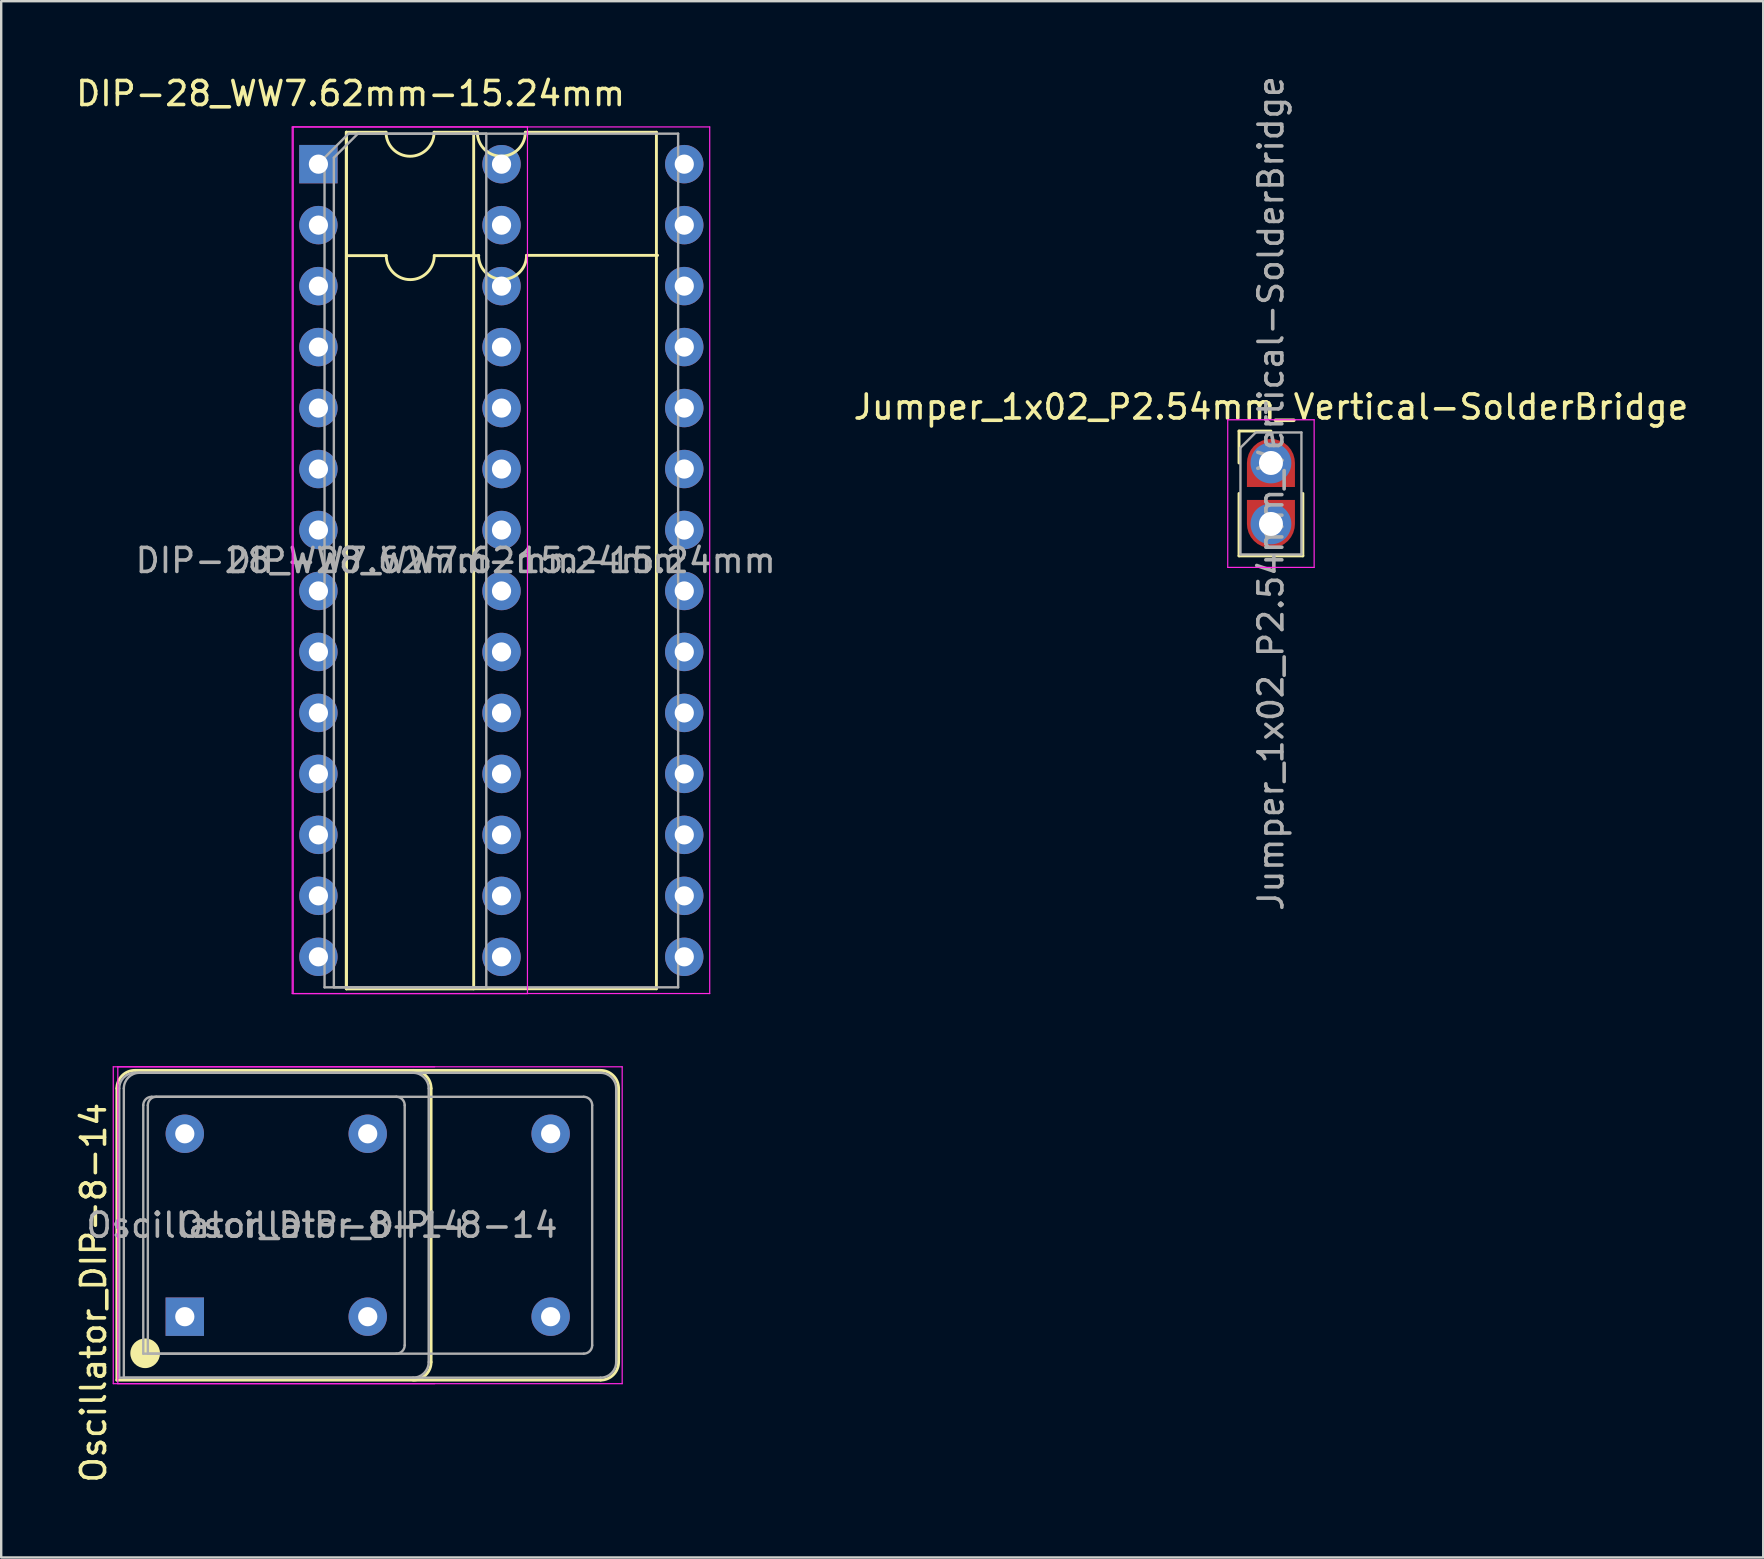
<source format=kicad_pcb>
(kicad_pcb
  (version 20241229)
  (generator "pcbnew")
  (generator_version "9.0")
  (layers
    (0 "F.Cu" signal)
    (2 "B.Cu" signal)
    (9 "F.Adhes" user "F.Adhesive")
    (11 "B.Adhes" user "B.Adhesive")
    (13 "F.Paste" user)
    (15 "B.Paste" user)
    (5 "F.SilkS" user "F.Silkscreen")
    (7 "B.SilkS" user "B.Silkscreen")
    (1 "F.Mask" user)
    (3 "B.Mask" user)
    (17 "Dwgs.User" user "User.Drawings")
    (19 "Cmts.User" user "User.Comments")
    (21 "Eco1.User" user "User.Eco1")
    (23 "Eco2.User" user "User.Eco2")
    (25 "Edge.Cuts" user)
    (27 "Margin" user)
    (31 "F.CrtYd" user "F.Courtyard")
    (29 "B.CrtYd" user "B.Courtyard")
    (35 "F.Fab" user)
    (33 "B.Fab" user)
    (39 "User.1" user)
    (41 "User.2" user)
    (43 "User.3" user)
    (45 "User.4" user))
  (footprint "Oscillator_DIP-8-14"
    (layer "F.Cu")
    (at 4.648 51.799)
    (property "Reference" "Oscillator_DIP-8-14" (at -3.8 -1 90) (layer "F.SilkS") (effects (font (size 1 1) (thickness 0.15))))
    (attr through_hole)
    (fp_line (start -2.83 -9.51) (end -2.83 2.64) (stroke (width 0.12) (type solid)) (layer "F.SilkS"))
    (fp_line (start -2.83 2.64) (end 17.32 2.64) (stroke (width 0.12) (type solid)) (layer "F.SilkS"))
    (fp_line (start 10.26 1.89) (end 10.26 -9.51) (stroke (width 0.12) (type solid)) (layer "F.SilkS"))
    (fp_line (start 17.32 -10.26) (end -2.08 -10.26) (stroke (width 0.12) (type solid)) (layer "F.SilkS"))
    (fp_line (start 18.07 1.89) (end 18.07 -9.51) (stroke (width 0.12) (type solid)) (layer "F.SilkS"))
    (fp_arc (start -2.83 -9.51) (mid -2.61033 -10.04033) (end -2.08 -10.26) (stroke (width 0.12) (type solid)) (layer "F.SilkS"))
    (fp_arc (start 9.51 -10.26) (mid 10.04033 -10.04033) (end 10.26 -9.51) (stroke (width 0.12) (type solid)) (layer "F.SilkS"))
    (fp_arc (start 10.26 1.89) (mid 10.04033 2.42033) (end 9.51 2.64) (stroke (width 0.12) (type solid)) (layer "F.SilkS"))
    (fp_arc (start 17.32 -10.26) (mid 17.85033 -10.04033) (end 18.07 -9.51) (stroke (width 0.12) (type solid)) (layer "F.SilkS"))
    (fp_arc (start 18.07 1.89) (mid 17.85033 2.42033) (end 17.32 2.64) (stroke (width 0.12) (type solid)) (layer "F.SilkS"))
    (fp_circle (center -1.651 1.524) (end -1.083 1.524) (stroke (width 0.1) (type solid)) (fill yes) (layer "F.SilkS"))
    (fp_line (start -2.98 -10.41) (end -2.98 2.79) (stroke (width 0.05) (type solid)) (layer "F.CrtYd"))
    (fp_line (start -2.98 2.79) (end 18.22 2.79) (stroke (width 0.05) (type solid)) (layer "F.CrtYd"))
    (fp_line (start -2.79 -10.41) (end -2.79 2.79) (stroke (width 0.05) (type solid)) (layer "F.CrtYd"))
    (fp_line (start -2.79 2.79) (end 10.41 2.79) (stroke (width 0.05) (type solid)) (layer "F.CrtYd"))
    (fp_line (start 10.41 -10.41) (end -2.79 -10.41) (stroke (width 0.05) (type solid)) (layer "F.CrtYd"))
    (fp_line (start 18.22 -10.41) (end -2.98 -10.41) (stroke (width 0.05) (type solid)) (layer "F.CrtYd"))
    (fp_line (start 18.22 2.79) (end 18.22 -10.41) (stroke (width 0.05) (type solid)) (layer "F.CrtYd"))
    (fp_line (start -2.73 2.54) (end -2.73 -9.51) (stroke (width 0.1) (type solid)) (layer "F.Fab"))
    (fp_line (start -2.73 2.54) (end 17.32 2.54) (stroke (width 0.1) (type solid)) (layer "F.Fab"))
    (fp_line (start -2.54 2.54) (end -2.54 -9.51) (stroke (width 0.1) (type solid)) (layer "F.Fab"))
    (fp_line (start -2.54 2.54) (end 9.51 2.54) (stroke (width 0.1) (type solid)) (layer "F.Fab"))
    (fp_line (start -2.08 -10.16) (end 17.32 -10.16) (stroke (width 0.1) (type solid)) (layer "F.Fab"))
    (fp_line (start -1.89 -10.16) (end 9.51 -10.16) (stroke (width 0.1) (type solid)) (layer "F.Fab"))
    (fp_line (start -1.73 1.54) (end -1.73 -8.81) (stroke (width 0.1) (type solid)) (layer "F.Fab"))
    (fp_line (start -1.73 1.54) (end 16.62 1.54) (stroke (width 0.1) (type solid)) (layer "F.Fab"))
    (fp_line (start -1.54 1.54) (end -1.54 -8.81) (stroke (width 0.1) (type solid)) (layer "F.Fab"))
    (fp_line (start -1.54 1.54) (end 8.81 1.54) (stroke (width 0.1) (type solid)) (layer "F.Fab"))
    (fp_line (start -1.38 -9.16) (end 16.62 -9.16) (stroke (width 0.1) (type solid)) (layer "F.Fab"))
    (fp_line (start -1.19 -9.16) (end 8.81 -9.16) (stroke (width 0.1) (type solid)) (layer "F.Fab"))
    (fp_line (start 9.16 1.19) (end 9.16 -8.81) (stroke (width 0.1) (type solid)) (layer "F.Fab"))
    (fp_line (start 10.16 -9.51) (end 10.16 1.89) (stroke (width 0.1) (type solid)) (layer "F.Fab"))
    (fp_line (start 16.97 1.19) (end 16.97 -8.81) (stroke (width 0.1) (type solid)) (layer "F.Fab"))
    (fp_line (start 17.97 -9.51) (end 17.97 1.89) (stroke (width 0.1) (type solid)) (layer "F.Fab"))
    (fp_arc (start -2.73 -9.51) (mid -2.539619 -9.969619) (end -2.08 -10.16) (stroke (width 0.1) (type solid)) (layer "F.Fab"))
    (fp_arc (start -2.54 -9.51) (mid -2.349619 -9.969619) (end -1.89 -10.16) (stroke (width 0.1) (type solid)) (layer "F.Fab"))
    (fp_arc (start -1.73 -8.81) (mid -1.627487 -9.057487) (end -1.38 -9.16) (stroke (width 0.1) (type solid)) (layer "F.Fab"))
    (fp_arc (start -1.54 -8.81) (mid -1.437487 -9.057487) (end -1.19 -9.16) (stroke (width 0.1) (type solid)) (layer "F.Fab"))
    (fp_arc (start 8.81 -9.16) (mid 9.057487 -9.057487) (end 9.16 -8.81) (stroke (width 0.1) (type solid)) (layer "F.Fab"))
    (fp_arc (start 9.16 1.19) (mid 9.057487 1.437487) (end 8.81 1.54) (stroke (width 0.1) (type solid)) (layer "F.Fab"))
    (fp_arc (start 9.51 -10.16) (mid 9.969619 -9.969619) (end 10.16 -9.51) (stroke (width 0.1) (type solid)) (layer "F.Fab"))
    (fp_arc (start 10.16 1.89) (mid 9.969619 2.349619) (end 9.51 2.54) (stroke (width 0.1) (type solid)) (layer "F.Fab"))
    (fp_arc (start 16.62 -9.16) (mid 16.867487 -9.057487) (end 16.97 -8.81) (stroke (width 0.1) (type solid)) (layer "F.Fab"))
    (fp_arc (start 16.97 1.19) (mid 16.867487 1.437487) (end 16.62 1.54) (stroke (width 0.1) (type solid)) (layer "F.Fab"))
    (fp_arc (start 17.32 -10.16) (mid 17.779619 -9.969619) (end 17.97 -9.51) (stroke (width 0.1) (type solid)) (layer "F.Fab"))
    (fp_arc (start 17.97 1.89) (mid 17.779619 2.349619) (end 17.32 2.54) (stroke (width 0.1) (type solid)) (layer "F.Fab"))
    (fp_text user "${REFERENCE}" (at 7.62 -3.81 0) (layer "F.Fab") (effects (font (size 1 1) (thickness 0.15))))
    (fp_text user "${REFERENCE}" (at 3.81 -3.81 0) (layer "F.Fab") (effects (font (size 1 1) (thickness 0.15))))
    (pad "1" thru_hole rect (at 0 0) (size 1.6 1.6) (drill 0.8) (layers "*.Cu" "*.Mask"))
    (pad "7" thru_hole circle (at 7.62 0) (size 1.6 1.6) (drill 0.8) (layers "*.Cu" "*.Mask"))
    (pad "7" thru_hole circle (at 15.24 0) (size 1.6 1.6) (drill 0.8) (layers "*.Cu" "*.Mask"))
    (pad "8" thru_hole circle (at 7.62 -7.62) (size 1.6 1.6) (drill 0.8) (layers "*.Cu" "*.Mask"))
    (pad "8" thru_hole circle (at 15.24 -7.62) (size 1.6 1.6) (drill 0.8) (layers "*.Cu" "*.Mask"))
    (pad "14" thru_hole circle (at 0 -7.62) (size 1.6 1.6) (drill 0.8) (layers "*.Cu" "*.Mask")))
  (footprint "DIP-28_WW7.62mm-15.24mm"
    (layer "F.Cu")
    (at 10.214 3.788)
    (property "Reference" "DIP-28_WW7.62mm-15.24mm" (at 1.34 -2.94 0) (layer "F.SilkS") (effects (font (size 1 1) (thickness 0.15))))
    (attr through_hole)
    (fp_line (start 1.16 -1.33) (end 1.16 34.35) (stroke (width 0.12) (type solid)) (layer "F.SilkS"))
    (fp_line (start 1.16 34.35) (end 14.08 34.35) (stroke (width 0.12) (type solid)) (layer "F.SilkS"))
    (fp_line (start 1.168 -1.329) (end 1.168 34.351) (stroke (width 0.12) (type solid)) (layer "F.SilkS"))
    (fp_line (start 1.168 34.351) (end 6.468 34.351) (stroke (width 0.12) (type solid)) (layer "F.SilkS"))
    (fp_line (start 2.818 -1.329) (end 1.168 -1.329) (stroke (width 0.12) (type solid)) (layer "F.SilkS"))
    (fp_line (start 2.826 3.81) (end 1.176 3.81) (stroke (width 0.12) (type solid)) (layer "F.SilkS"))
    (fp_line (start 6.468 -1.329) (end 4.818 -1.329) (stroke (width 0.12) (type solid)) (layer "F.SilkS"))
    (fp_line (start 6.468 34.351) (end 6.468 -1.329) (stroke (width 0.12) (type solid)) (layer "F.SilkS"))
    (fp_line (start 6.62 -1.33) (end 6.452 -1.33) (stroke (width 0.12) (type solid)) (layer "F.SilkS"))
    (fp_line (start 6.68 3.81) (end 4.826 3.81) (stroke (width 0.12) (type solid)) (layer "F.SilkS"))
    (fp_line (start 14.08 -1.33) (end 8.62 -1.33) (stroke (width 0.12) (type solid)) (layer "F.SilkS"))
    (fp_line (start 14.08 34.35) (end 14.08 -1.33) (stroke (width 0.12) (type solid)) (layer "F.SilkS"))
    (fp_line (start 14.13 3.8) (end 8.67 3.8) (stroke (width 0.12) (type solid)) (layer "F.SilkS"))
    (fp_arc (start 4.8178 -1.3294) (mid 3.8178 -0.3294) (end 2.8178 -1.3294) (stroke (width 0.12) (type solid)) (layer "F.SilkS"))
    (fp_arc (start 4.826 3.81) (mid 3.826 4.81) (end 2.826 3.81) (stroke (width 0.12) (type solid)) (layer "F.SilkS"))
    (fp_arc (start 8.62 -1.33) (mid 7.62 -0.33) (end 6.62 -1.33) (stroke (width 0.12) (type solid)) (layer "F.SilkS"))
    (fp_arc (start 8.67 3.8) (mid 7.67 4.8) (end 6.67 3.8) (stroke (width 0.12) (type solid)) (layer "F.SilkS"))
    (fp_line (start -1.092 -1.549) (end -1.092 34.551) (stroke (width 0.05) (type solid)) (layer "F.CrtYd"))
    (fp_line (start -1.092 34.551) (end 8.708 34.551) (stroke (width 0.05) (type solid)) (layer "F.CrtYd"))
    (fp_line (start -1.05 -1.55) (end -1.05 34.55) (stroke (width 0.05) (type solid)) (layer "F.CrtYd"))
    (fp_line (start -1.05 34.55) (end 16.3 34.55) (stroke (width 0.05) (type solid)) (layer "F.CrtYd"))
    (fp_line (start 8.708 -1.549) (end -1.092 -1.549) (stroke (width 0.05) (type solid)) (layer "F.CrtYd"))
    (fp_line (start 8.708 34.551) (end 8.708 -1.549) (stroke (width 0.05) (type solid)) (layer "F.CrtYd"))
    (fp_line (start 16.3 -1.55) (end -1.05 -1.55) (stroke (width 0.05) (type solid)) (layer "F.CrtYd"))
    (fp_line (start 16.3 34.55) (end 16.3 -1.55) (stroke (width 0.05) (type solid)) (layer "F.CrtYd"))
    (fp_line (start 0.255 -0.27) (end 1.255 -1.27) (stroke (width 0.1) (type solid)) (layer "F.Fab"))
    (fp_line (start 0.255 34.29) (end 0.255 -0.27) (stroke (width 0.1) (type solid)) (layer "F.Fab"))
    (fp_line (start 0.643 -0.269) (end 1.643 -1.269) (stroke (width 0.1) (type solid)) (layer "F.Fab"))
    (fp_line (start 0.643 34.291) (end 0.643 -0.269) (stroke (width 0.1) (type solid)) (layer "F.Fab"))
    (fp_line (start 1.255 -1.27) (end 14.985 -1.27) (stroke (width 0.1) (type solid)) (layer "F.Fab"))
    (fp_line (start 1.643 -1.269) (end 6.993 -1.269) (stroke (width 0.1) (type solid)) (layer "F.Fab"))
    (fp_line (start 6.993 -1.269) (end 6.993 34.291) (stroke (width 0.1) (type solid)) (layer "F.Fab"))
    (fp_line (start 6.993 34.291) (end 0.643 34.291) (stroke (width 0.1) (type solid)) (layer "F.Fab"))
    (fp_line (start 14.985 -1.27) (end 14.985 34.29) (stroke (width 0.1) (type solid)) (layer "F.Fab"))
    (fp_line (start 14.985 34.29) (end 0.255 34.29) (stroke (width 0.1) (type solid)) (layer "F.Fab"))
    (fp_text user "${REFERENCE}" (at 3.818 16.511 0) (layer "F.Fab") (effects (font (size 1 1) (thickness 0.15))))
    (fp_text user "${REFERENCE}" (at 7.62 16.51 0) (layer "F.Fab") (effects (font (size 1 1) (thickness 0.15))))
    (pad "1" thru_hole rect (at 0 0) (size 1.6 1.6) (drill 0.8) (layers "*.Cu" "*.Mask"))
    (pad "2" thru_hole oval (at 0 2.54) (size 1.6 1.6) (drill 0.8) (layers "*.Cu" "*.Mask"))
    (pad "3" thru_hole oval (at 0 5.08) (size 1.6 1.6) (drill 0.8) (layers "*.Cu" "*.Mask"))
    (pad "4" thru_hole oval (at 0 7.62) (size 1.6 1.6) (drill 0.8) (layers "*.Cu" "*.Mask"))
    (pad "5" thru_hole oval (at 0 10.16) (size 1.6 1.6) (drill 0.8) (layers "*.Cu" "*.Mask"))
    (pad "6" thru_hole oval (at 0 12.7) (size 1.6 1.6) (drill 0.8) (layers "*.Cu" "*.Mask"))
    (pad "7" thru_hole oval (at 0 15.24) (size 1.6 1.6) (drill 0.8) (layers "*.Cu" "*.Mask"))
    (pad "8" thru_hole oval (at 0 17.78) (size 1.6 1.6) (drill 0.8) (layers "*.Cu" "*.Mask"))
    (pad "9" thru_hole oval (at 0 20.32) (size 1.6 1.6) (drill 0.8) (layers "*.Cu" "*.Mask"))
    (pad "10" thru_hole oval (at 0 22.86) (size 1.6 1.6) (drill 0.8) (layers "*.Cu" "*.Mask"))
    (pad "11" thru_hole oval (at 0 25.4) (size 1.6 1.6) (drill 0.8) (layers "*.Cu" "*.Mask"))
    (pad "12" thru_hole oval (at 0 27.94) (size 1.6 1.6) (drill 0.8) (layers "*.Cu" "*.Mask"))
    (pad "13" thru_hole oval (at 0 30.48) (size 1.6 1.6) (drill 0.8) (layers "*.Cu" "*.Mask"))
    (pad "14" thru_hole oval (at 0 33.02) (size 1.6 1.6) (drill 0.8) (layers "*.Cu" "*.Mask"))
    (pad "15" thru_hole oval (at 7.628 33.021) (size 1.6 1.6) (drill 0.8) (layers "*.Cu" "*.Mask"))
    (pad "15" thru_hole oval (at 15.24 33.02) (size 1.6 1.6) (drill 0.8) (layers "*.Cu" "*.Mask"))
    (pad "16" thru_hole oval (at 7.628 30.481) (size 1.6 1.6) (drill 0.8) (layers "*.Cu" "*.Mask"))
    (pad "16" thru_hole oval (at 15.24 30.48) (size 1.6 1.6) (drill 0.8) (layers "*.Cu" "*.Mask"))
    (pad "17" thru_hole oval (at 7.628 27.941) (size 1.6 1.6) (drill 0.8) (layers "*.Cu" "*.Mask"))
    (pad "17" thru_hole oval (at 15.24 27.94) (size 1.6 1.6) (drill 0.8) (layers "*.Cu" "*.Mask"))
    (pad "18" thru_hole oval (at 7.628 25.401) (size 1.6 1.6) (drill 0.8) (layers "*.Cu" "*.Mask"))
    (pad "18" thru_hole oval (at 15.24 25.4) (size 1.6 1.6) (drill 0.8) (layers "*.Cu" "*.Mask"))
    (pad "19" thru_hole oval (at 7.628 22.861) (size 1.6 1.6) (drill 0.8) (layers "*.Cu" "*.Mask"))
    (pad "19" thru_hole oval (at 15.24 22.86) (size 1.6 1.6) (drill 0.8) (layers "*.Cu" "*.Mask"))
    (pad "20" thru_hole oval (at 7.628 20.321) (size 1.6 1.6) (drill 0.8) (layers "*.Cu" "*.Mask"))
    (pad "20" thru_hole oval (at 15.24 20.32) (size 1.6 1.6) (drill 0.8) (layers "*.Cu" "*.Mask"))
    (pad "21" thru_hole oval (at 7.628 17.781) (size 1.6 1.6) (drill 0.8) (layers "*.Cu" "*.Mask"))
    (pad "21" thru_hole oval (at 15.24 17.78) (size 1.6 1.6) (drill 0.8) (layers "*.Cu" "*.Mask"))
    (pad "22" thru_hole oval (at 7.628 15.241) (size 1.6 1.6) (drill 0.8) (layers "*.Cu" "*.Mask"))
    (pad "22" thru_hole oval (at 15.24 15.24) (size 1.6 1.6) (drill 0.8) (layers "*.Cu" "*.Mask"))
    (pad "23" thru_hole oval (at 7.628 12.701) (size 1.6 1.6) (drill 0.8) (layers "*.Cu" "*.Mask"))
    (pad "23" thru_hole oval (at 15.24 12.7) (size 1.6 1.6) (drill 0.8) (layers "*.Cu" "*.Mask"))
    (pad "24" thru_hole oval (at 7.628 10.161) (size 1.6 1.6) (drill 0.8) (layers "*.Cu" "*.Mask"))
    (pad "24" thru_hole oval (at 15.24 10.16) (size 1.6 1.6) (drill 0.8) (layers "*.Cu" "*.Mask"))
    (pad "25" thru_hole oval (at 7.628 7.621) (size 1.6 1.6) (drill 0.8) (layers "*.Cu" "*.Mask"))
    (pad "25" thru_hole oval (at 15.24 7.62) (size 1.6 1.6) (drill 0.8) (layers "*.Cu" "*.Mask"))
    (pad "26" thru_hole oval (at 7.628 5.081) (size 1.6 1.6) (drill 0.8) (layers "*.Cu" "*.Mask"))
    (pad "26" thru_hole oval (at 15.24 5.08) (size 1.6 1.6) (drill 0.8) (layers "*.Cu" "*.Mask"))
    (pad "27" thru_hole oval (at 7.628 2.541) (size 1.6 1.6) (drill 0.8) (layers "*.Cu" "*.Mask"))
    (pad "27" thru_hole oval (at 15.24 2.54) (size 1.6 1.6) (drill 0.8) (layers "*.Cu" "*.Mask"))
    (pad "28" thru_hole oval (at 7.628 0.001) (size 1.6 1.6) (drill 0.8) (layers "*.Cu" "*.Mask"))
    (pad "28" thru_hole oval (at 15.24 0) (size 1.6 1.6) (drill 0.8) (layers "*.Cu" "*.Mask")))
  (footprint "Jumper_1x02_P2.54mm_Vertical-SolderBridge"
    (layer "F.Cu")
    (at 49.893 16.236)
    (property "Reference" "Jumper_1x02_P2.54mm_Vertical-SolderBridge" (at 0 -2.33 0) (layer "F.SilkS") (effects (font (size 1 1) (thickness 0.15))))
    (attr through_hole)
    (fp_rect (start -0.762 0.889) (end 0.762 1.651) (stroke (width 0.1) (type solid)) (fill yes) (layer "F.Mask"))
    (fp_line (start -1.33 -1.33) (end 0 -1.33) (stroke (width 0.12) (type solid)) (layer "F.SilkS"))
    (fp_line (start -1.33 0) (end -1.33 -1.33) (stroke (width 0.12) (type solid)) (layer "F.SilkS"))
    (fp_line (start -1.33 1.27) (end -1.33 3.87) (stroke (width 0.12) (type solid)) (layer "F.SilkS"))
    (fp_line (start -1.33 3.87) (end 1.33 3.87) (stroke (width 0.12) (type solid)) (layer "F.SilkS"))
    (fp_line (start 1.33 1.27) (end 1.33 3.87) (stroke (width 0.12) (type solid)) (layer "F.SilkS"))
    (fp_line (start -1.8 -1.8) (end -1.8 4.35) (stroke (width 0.05) (type solid)) (layer "F.CrtYd"))
    (fp_line (start -1.8 4.35) (end 1.8 4.35) (stroke (width 0.05) (type solid)) (layer "F.CrtYd"))
    (fp_line (start 1.8 -1.8) (end -1.8 -1.8) (stroke (width 0.05) (type solid)) (layer "F.CrtYd"))
    (fp_line (start 1.8 4.35) (end 1.8 -1.8) (stroke (width 0.05) (type solid)) (layer "F.CrtYd"))
    (fp_line (start -1.27 -0.635) (end -0.635 -1.27) (stroke (width 0.1) (type solid)) (layer "F.Fab"))
    (fp_line (start -1.27 3.81) (end -1.27 -0.635) (stroke (width 0.1) (type solid)) (layer "F.Fab"))
    (fp_line (start -0.635 -1.27) (end 1.27 -1.27) (stroke (width 0.1) (type solid)) (layer "F.Fab"))
    (fp_line (start 1.27 -1.27) (end 1.27 3.81) (stroke (width 0.1) (type solid)) (layer "F.Fab"))
    (fp_line (start 1.27 3.81) (end -1.27 3.81) (stroke (width 0.1) (type solid)) (layer "F.Fab"))
    (fp_text user "${REFERENCE}" (at 0 1.27 90) (layer "F.Fab") (effects (font (size 1 1) (thickness 0.15))))
    (pad "1" thru_hole circle (at 0 0) (size 1.7 1.7) (drill 1) (layers "*.Cu" "*.Mask"))
    (pad "1" smd roundrect (at 0 0) (size 2 2) (layers "F.Cu" "F.Mask") (roundrect_rratio 0.5) (chamfer_ratio 0) (chamfer bottom_left bottom_right))
    (pad "2" thru_hole circle (at 0 2.54) (size 1.7 1.7) (drill 1) (layers "*.Cu" "*.Mask"))
    (pad "2" smd roundrect (at 0 2.54) (size 2 2) (layers "F.Cu" "F.Mask") (roundrect_rratio 0.5) (chamfer_ratio 0) (chamfer top_left top_right)))
  (gr_rect
    (start -3 -3)
    (end 70.399 61.829)
    (stroke (width 0.1) (type default))
    (fill no)
    (layer "Edge.Cuts")))
</source>
